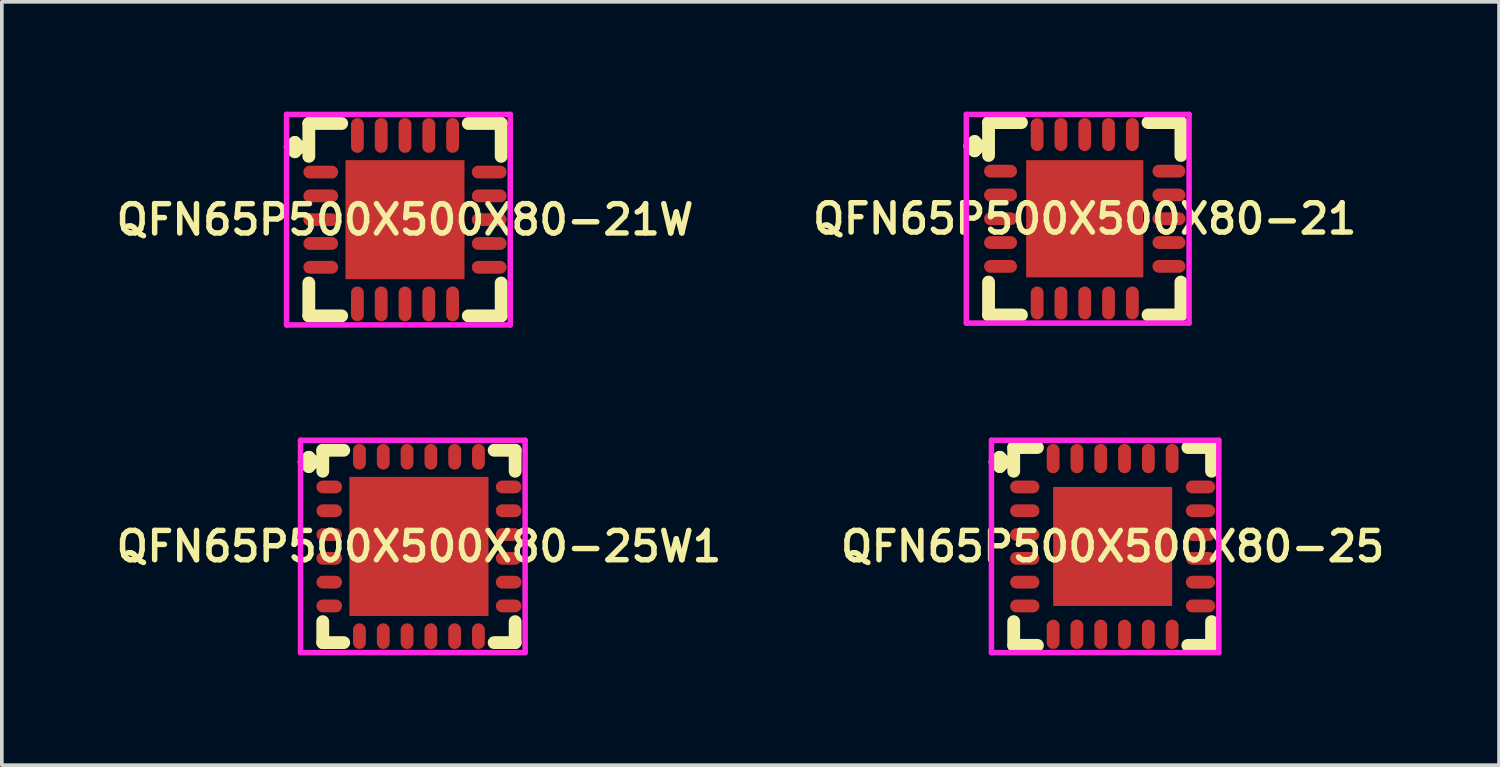
<source format=kicad_pcb>
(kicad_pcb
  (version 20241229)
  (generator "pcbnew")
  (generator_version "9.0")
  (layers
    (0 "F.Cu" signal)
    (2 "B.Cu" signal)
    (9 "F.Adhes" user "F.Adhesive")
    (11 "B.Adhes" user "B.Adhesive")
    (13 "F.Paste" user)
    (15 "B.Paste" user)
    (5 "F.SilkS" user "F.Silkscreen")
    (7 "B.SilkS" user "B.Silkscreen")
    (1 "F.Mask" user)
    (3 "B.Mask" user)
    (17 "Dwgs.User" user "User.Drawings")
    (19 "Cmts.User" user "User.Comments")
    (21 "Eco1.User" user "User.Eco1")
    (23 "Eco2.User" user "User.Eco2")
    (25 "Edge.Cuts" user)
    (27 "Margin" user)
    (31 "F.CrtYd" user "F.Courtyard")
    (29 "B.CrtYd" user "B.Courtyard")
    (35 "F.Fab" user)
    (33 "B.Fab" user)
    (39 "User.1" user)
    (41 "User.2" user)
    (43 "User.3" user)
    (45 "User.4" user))
  (footprint "QFN65P500X500X80-25"
    (layer "F.Cu")
    (at 27.34 11.875)
    (property "Reference" "QFN65P500X500X80-25" (at 0 0 0) (layer "F.SilkS") (effects (font (size 0.8 0.8) (thickness 0.15))))
    (attr smd)
    (fp_line (start -3.21 -2.308) (end -3.083 -2.435) (stroke (width 0.35) (type solid)) (layer "F.SilkS"))
    (fp_line (start -3.083 -2.435) (end -2.956 -2.308) (stroke (width 0.35) (type solid)) (layer "F.SilkS"))
    (fp_line (start -3.083 -2.181) (end -3.21 -2.308) (stroke (width 0.35) (type solid)) (layer "F.SilkS"))
    (fp_line (start -2.956 -2.308) (end -3.083 -2.181) (stroke (width 0.35) (type solid)) (layer "F.SilkS"))
    (fp_line (start -2.702 -2.702) (end -2.054 -2.702) (stroke (width 0.35) (type solid)) (layer "F.SilkS"))
    (fp_line (start -2.702 -2.054) (end -2.702 -2.702) (stroke (width 0.35) (type solid)) (layer "F.SilkS"))
    (fp_line (start -2.702 2.054) (end -2.702 2.702) (stroke (width 0.35) (type solid)) (layer "F.SilkS"))
    (fp_line (start -2.702 2.702) (end -2.054 2.702) (stroke (width 0.35) (type solid)) (layer "F.SilkS"))
    (fp_line (start 2.054 -2.702) (end 2.702 -2.702) (stroke (width 0.35) (type solid)) (layer "F.SilkS"))
    (fp_line (start 2.054 2.702) (end 2.702 2.702) (stroke (width 0.35) (type solid)) (layer "F.SilkS"))
    (fp_line (start 2.702 -2.702) (end 2.702 -2.054) (stroke (width 0.35) (type solid)) (layer "F.SilkS"))
    (fp_line (start 2.702 2.702) (end 2.702 2.054) (stroke (width 0.35) (type solid)) (layer "F.SilkS"))
    (fp_line (start -3.31 -2.9) (end 2.9 -2.9) (stroke (width 0.15) (type solid)) (layer "F.CrtYd"))
    (fp_line (start -3.31 2.9) (end -3.31 -2.9) (stroke (width 0.15) (type solid)) (layer "F.CrtYd"))
    (fp_line (start 2.9 -2.9) (end 2.9 2.9) (stroke (width 0.15) (type solid)) (layer "F.CrtYd"))
    (fp_line (start 2.9 2.9) (end -3.31 2.9) (stroke (width 0.15) (type solid)) (layer "F.CrtYd"))
    (pad "1" smd oval (at -2.4 -1.625) (size 0.8 0.35) (layers "F.Cu" "F.Mask" "F.Paste"))
    (pad "2" smd oval (at -2.4 -0.975) (size 0.8 0.35) (layers "F.Cu" "F.Mask" "F.Paste"))
    (pad "3" smd oval (at -2.4 -0.325) (size 0.8 0.35) (layers "F.Cu" "F.Mask" "F.Paste"))
    (pad "4" smd oval (at -2.4 0.325) (size 0.8 0.35) (layers "F.Cu" "F.Mask" "F.Paste"))
    (pad "5" smd oval (at -2.4 0.975) (size 0.8 0.35) (layers "F.Cu" "F.Mask" "F.Paste"))
    (pad "6" smd oval (at -2.4 1.625) (size 0.8 0.35) (layers "F.Cu" "F.Mask" "F.Paste"))
    (pad "7" smd oval (at -1.625 2.4) (size 0.35 0.8) (layers "F.Cu" "F.Mask" "F.Paste"))
    (pad "8" smd oval (at -0.975 2.4) (size 0.35 0.8) (layers "F.Cu" "F.Mask" "F.Paste"))
    (pad "9" smd oval (at -0.325 2.4) (size 0.35 0.8) (layers "F.Cu" "F.Mask" "F.Paste"))
    (pad "10" smd oval (at 0.325 2.4) (size 0.35 0.8) (layers "F.Cu" "F.Mask" "F.Paste"))
    (pad "11" smd oval (at 0.975 2.4) (size 0.35 0.8) (layers "F.Cu" "F.Mask" "F.Paste"))
    (pad "12" smd oval (at 1.625 2.4) (size 0.35 0.8) (layers "F.Cu" "F.Mask" "F.Paste"))
    (pad "13" smd oval (at 2.4 1.625) (size 0.8 0.35) (layers "F.Cu" "F.Mask" "F.Paste"))
    (pad "14" smd oval (at 2.4 0.975) (size 0.8 0.35) (layers "F.Cu" "F.Mask" "F.Paste"))
    (pad "15" smd oval (at 2.4 0.325) (size 0.8 0.35) (layers "F.Cu" "F.Mask" "F.Paste"))
    (pad "16" smd oval (at 2.4 -0.325) (size 0.8 0.35) (layers "F.Cu" "F.Mask" "F.Paste"))
    (pad "17" smd oval (at 2.4 -0.975) (size 0.8 0.35) (layers "F.Cu" "F.Mask" "F.Paste"))
    (pad "18" smd oval (at 2.4 -1.625) (size 0.8 0.35) (layers "F.Cu" "F.Mask" "F.Paste"))
    (pad "19" smd oval (at 1.625 -2.4) (size 0.35 0.8) (layers "F.Cu" "F.Mask" "F.Paste"))
    (pad "20" smd oval (at 0.975 -2.4) (size 0.35 0.8) (layers "F.Cu" "F.Mask" "F.Paste"))
    (pad "21" smd oval (at 0.325 -2.4) (size 0.35 0.8) (layers "F.Cu" "F.Mask" "F.Paste"))
    (pad "22" smd oval (at -0.325 -2.4) (size 0.35 0.8) (layers "F.Cu" "F.Mask" "F.Paste"))
    (pad "23" smd oval (at -0.975 -2.4) (size 0.35 0.8) (layers "F.Cu" "F.Mask" "F.Paste"))
    (pad "24" smd oval (at -1.625 -2.4) (size 0.35 0.8) (layers "F.Cu" "F.Mask" "F.Paste"))
    (pad "25" smd rect (at 0 0) (size 3.25 3.25) (layers "F.Cu" "F.Mask" "F.Paste")))
  (footprint "QFN65P500X500X80-21"
    (layer "F.Cu")
    (at 26.578 2.925)
    (property "Reference" "QFN65P500X500X80-21" (at 0 0 0) (layer "F.SilkS") (effects (font (size 0.8 0.8) (thickness 0.15))))
    (attr smd)
    (fp_line (start -3.135 -1.983) (end -3.008 -2.11) (stroke (width 0.35) (type solid)) (layer "F.SilkS"))
    (fp_line (start -3.008 -2.11) (end -2.881 -1.983) (stroke (width 0.35) (type solid)) (layer "F.SilkS"))
    (fp_line (start -3.008 -1.856) (end -3.135 -1.983) (stroke (width 0.35) (type solid)) (layer "F.SilkS"))
    (fp_line (start -2.881 -1.983) (end -3.008 -1.856) (stroke (width 0.35) (type solid)) (layer "F.SilkS"))
    (fp_line (start -2.627 -2.627) (end -1.729 -2.627) (stroke (width 0.35) (type solid)) (layer "F.SilkS"))
    (fp_line (start -2.627 -1.729) (end -2.627 -2.627) (stroke (width 0.35) (type solid)) (layer "F.SilkS"))
    (fp_line (start -2.627 1.729) (end -2.627 2.627) (stroke (width 0.35) (type solid)) (layer "F.SilkS"))
    (fp_line (start -2.627 2.627) (end -1.729 2.627) (stroke (width 0.35) (type solid)) (layer "F.SilkS"))
    (fp_line (start 1.729 -2.627) (end 2.627 -2.627) (stroke (width 0.35) (type solid)) (layer "F.SilkS"))
    (fp_line (start 1.729 2.627) (end 2.627 2.627) (stroke (width 0.35) (type solid)) (layer "F.SilkS"))
    (fp_line (start 2.627 -2.627) (end 2.627 -1.729) (stroke (width 0.35) (type solid)) (layer "F.SilkS"))
    (fp_line (start 2.627 2.627) (end 2.627 1.729) (stroke (width 0.35) (type solid)) (layer "F.SilkS"))
    (fp_line (start -3.235 -2.85) (end 2.85 -2.85) (stroke (width 0.15) (type solid)) (layer "F.CrtYd"))
    (fp_line (start -3.235 2.85) (end -3.235 -2.85) (stroke (width 0.15) (type solid)) (layer "F.CrtYd"))
    (fp_line (start 2.85 -2.85) (end 2.85 2.85) (stroke (width 0.15) (type solid)) (layer "F.CrtYd"))
    (fp_line (start 2.85 2.85) (end -3.235 2.85) (stroke (width 0.15) (type solid)) (layer "F.CrtYd"))
    (pad "1" smd oval (at -2.3 -1.3) (size 0.9 0.35) (layers "F.Cu" "F.Mask" "F.Paste"))
    (pad "2" smd oval (at -2.3 -0.65) (size 0.9 0.35) (layers "F.Cu" "F.Mask" "F.Paste"))
    (pad "3" smd oval (at -2.3 0) (size 0.9 0.35) (layers "F.Cu" "F.Mask" "F.Paste"))
    (pad "4" smd oval (at -2.3 0.65) (size 0.9 0.35) (layers "F.Cu" "F.Mask" "F.Paste"))
    (pad "5" smd oval (at -2.3 1.3) (size 0.9 0.35) (layers "F.Cu" "F.Mask" "F.Paste"))
    (pad "6" smd oval (at -1.3 2.3) (size 0.35 0.9) (layers "F.Cu" "F.Mask" "F.Paste"))
    (pad "7" smd oval (at -0.65 2.3) (size 0.35 0.9) (layers "F.Cu" "F.Mask" "F.Paste"))
    (pad "8" smd oval (at 0 2.3) (size 0.35 0.9) (layers "F.Cu" "F.Mask" "F.Paste"))
    (pad "9" smd oval (at 0.65 2.3) (size 0.35 0.9) (layers "F.Cu" "F.Mask" "F.Paste"))
    (pad "10" smd oval (at 1.3 2.3) (size 0.35 0.9) (layers "F.Cu" "F.Mask" "F.Paste"))
    (pad "11" smd oval (at 2.3 1.3) (size 0.9 0.35) (layers "F.Cu" "F.Mask" "F.Paste"))
    (pad "12" smd oval (at 2.3 0.65) (size 0.9 0.35) (layers "F.Cu" "F.Mask" "F.Paste"))
    (pad "13" smd oval (at 2.3 0) (size 0.9 0.35) (layers "F.Cu" "F.Mask" "F.Paste"))
    (pad "14" smd oval (at 2.3 -0.65) (size 0.9 0.35) (layers "F.Cu" "F.Mask" "F.Paste"))
    (pad "15" smd oval (at 2.3 -1.3) (size 0.9 0.35) (layers "F.Cu" "F.Mask" "F.Paste"))
    (pad "16" smd oval (at 1.3 -2.3) (size 0.35 0.9) (layers "F.Cu" "F.Mask" "F.Paste"))
    (pad "17" smd oval (at 0.65 -2.3) (size 0.35 0.9) (layers "F.Cu" "F.Mask" "F.Paste"))
    (pad "18" smd oval (at 0 -2.3) (size 0.35 0.9) (layers "F.Cu" "F.Mask" "F.Paste"))
    (pad "19" smd oval (at -0.65 -2.3) (size 0.35 0.9) (layers "F.Cu" "F.Mask" "F.Paste"))
    (pad "20" smd oval (at -1.3 -2.3) (size 0.35 0.9) (layers "F.Cu" "F.Mask" "F.Paste"))
    (pad "21" smd rect (at 0 0) (size 3.2 3.2) (layers "F.Cu" "F.Mask" "F.Paste")))
  (footprint "QFN65P500X500X80-25W1"
    (layer "F.Cu")
    (at 8.393 11.875)
    (property "Reference" "QFN65P500X500X80-25W1" (at 0 0 0) (layer "F.SilkS") (effects (font (size 0.8 0.8) (thickness 0.15))))
    (attr smd)
    (fp_line (start -3.135 -2.308) (end -3.008 -2.435) (stroke (width 0.35) (type solid)) (layer "F.SilkS"))
    (fp_line (start -3.008 -2.435) (end -2.881 -2.308) (stroke (width 0.35) (type solid)) (layer "F.SilkS"))
    (fp_line (start -3.008 -2.181) (end -3.135 -2.308) (stroke (width 0.35) (type solid)) (layer "F.SilkS"))
    (fp_line (start -2.881 -2.308) (end -3.008 -2.181) (stroke (width 0.35) (type solid)) (layer "F.SilkS"))
    (fp_line (start -2.627 -2.627) (end -2.054 -2.627) (stroke (width 0.35) (type solid)) (layer "F.SilkS"))
    (fp_line (start -2.627 -2.054) (end -2.627 -2.627) (stroke (width 0.35) (type solid)) (layer "F.SilkS"))
    (fp_line (start -2.627 2.054) (end -2.627 2.627) (stroke (width 0.35) (type solid)) (layer "F.SilkS"))
    (fp_line (start -2.627 2.627) (end -2.054 2.627) (stroke (width 0.35) (type solid)) (layer "F.SilkS"))
    (fp_line (start 2.054 -2.627) (end 2.627 -2.627) (stroke (width 0.35) (type solid)) (layer "F.SilkS"))
    (fp_line (start 2.054 2.627) (end 2.627 2.627) (stroke (width 0.35) (type solid)) (layer "F.SilkS"))
    (fp_line (start 2.627 -2.627) (end 2.627 -2.054) (stroke (width 0.35) (type solid)) (layer "F.SilkS"))
    (fp_line (start 2.627 2.627) (end 2.627 2.054) (stroke (width 0.35) (type solid)) (layer "F.SilkS"))
    (fp_line (start -3.235 -2.9) (end 2.9 -2.9) (stroke (width 0.15) (type solid)) (layer "F.CrtYd"))
    (fp_line (start -3.235 2.9) (end -3.235 -2.9) (stroke (width 0.15) (type solid)) (layer "F.CrtYd"))
    (fp_line (start 2.9 -2.9) (end 2.9 2.9) (stroke (width 0.15) (type solid)) (layer "F.CrtYd"))
    (fp_line (start 2.9 2.9) (end -3.235 2.9) (stroke (width 0.15) (type solid)) (layer "F.CrtYd"))
    (pad "1" smd oval (at -2.45 -1.625) (size 0.7 0.35) (layers "F.Cu" "F.Mask" "F.Paste"))
    (pad "2" smd oval (at -2.45 -0.975) (size 0.7 0.35) (layers "F.Cu" "F.Mask" "F.Paste"))
    (pad "3" smd oval (at -2.45 -0.325) (size 0.7 0.35) (layers "F.Cu" "F.Mask" "F.Paste"))
    (pad "4" smd oval (at -2.45 0.325) (size 0.7 0.35) (layers "F.Cu" "F.Mask" "F.Paste"))
    (pad "5" smd oval (at -2.45 0.975) (size 0.7 0.35) (layers "F.Cu" "F.Mask" "F.Paste"))
    (pad "6" smd oval (at -2.45 1.625) (size 0.7 0.35) (layers "F.Cu" "F.Mask" "F.Paste"))
    (pad "7" smd oval (at -1.625 2.45) (size 0.35 0.7) (layers "F.Cu" "F.Mask" "F.Paste"))
    (pad "8" smd oval (at -0.975 2.45) (size 0.35 0.7) (layers "F.Cu" "F.Mask" "F.Paste"))
    (pad "9" smd oval (at -0.325 2.45) (size 0.35 0.7) (layers "F.Cu" "F.Mask" "F.Paste"))
    (pad "10" smd oval (at 0.325 2.45) (size 0.35 0.7) (layers "F.Cu" "F.Mask" "F.Paste"))
    (pad "11" smd oval (at 0.975 2.45) (size 0.35 0.7) (layers "F.Cu" "F.Mask" "F.Paste"))
    (pad "12" smd oval (at 1.625 2.45) (size 0.35 0.7) (layers "F.Cu" "F.Mask" "F.Paste"))
    (pad "13" smd oval (at 2.45 1.625) (size 0.7 0.35) (layers "F.Cu" "F.Mask" "F.Paste"))
    (pad "14" smd oval (at 2.45 0.975) (size 0.7 0.35) (layers "F.Cu" "F.Mask" "F.Paste"))
    (pad "15" smd oval (at 2.45 0.325) (size 0.7 0.35) (layers "F.Cu" "F.Mask" "F.Paste"))
    (pad "16" smd oval (at 2.45 -0.325) (size 0.7 0.35) (layers "F.Cu" "F.Mask" "F.Paste"))
    (pad "17" smd oval (at 2.45 -0.975) (size 0.7 0.35) (layers "F.Cu" "F.Mask" "F.Paste"))
    (pad "18" smd oval (at 2.45 -1.625) (size 0.7 0.35) (layers "F.Cu" "F.Mask" "F.Paste"))
    (pad "19" smd oval (at 1.625 -2.45) (size 0.35 0.7) (layers "F.Cu" "F.Mask" "F.Paste"))
    (pad "20" smd oval (at 0.975 -2.45) (size 0.35 0.7) (layers "F.Cu" "F.Mask" "F.Paste"))
    (pad "21" smd oval (at 0.325 -2.45) (size 0.35 0.7) (layers "F.Cu" "F.Mask" "F.Paste"))
    (pad "22" smd oval (at -0.325 -2.45) (size 0.35 0.7) (layers "F.Cu" "F.Mask" "F.Paste"))
    (pad "23" smd oval (at -0.975 -2.45) (size 0.35 0.7) (layers "F.Cu" "F.Mask" "F.Paste"))
    (pad "24" smd oval (at -1.625 -2.45) (size 0.35 0.7) (layers "F.Cu" "F.Mask" "F.Paste"))
    (pad "25" smd rect (at 0 0) (size 3.8 3.8) (layers "F.Cu" "F.Mask" "F.Paste")))
  (footprint "QFN65P500X500X80-21W"
    (layer "F.Cu")
    (at 8.012 2.95)
    (property "Reference" "QFN65P500X500X80-21W" (at 0 0 0) (layer "F.SilkS") (effects (font (size 0.8 0.8) (thickness 0.15))))
    (attr smd)
    (fp_line (start -3.135 -1.983) (end -3.008 -2.11) (stroke (width 0.35) (type solid)) (layer "F.SilkS"))
    (fp_line (start -3.008 -2.11) (end -2.881 -1.983) (stroke (width 0.35) (type solid)) (layer "F.SilkS"))
    (fp_line (start -3.008 -1.856) (end -3.135 -1.983) (stroke (width 0.35) (type solid)) (layer "F.SilkS"))
    (fp_line (start -2.881 -1.983) (end -3.008 -1.856) (stroke (width 0.35) (type solid)) (layer "F.SilkS"))
    (fp_line (start -2.627 -2.627) (end -1.729 -2.627) (stroke (width 0.35) (type solid)) (layer "F.SilkS"))
    (fp_line (start -2.627 -1.729) (end -2.627 -2.627) (stroke (width 0.35) (type solid)) (layer "F.SilkS"))
    (fp_line (start -2.627 1.729) (end -2.627 2.627) (stroke (width 0.35) (type solid)) (layer "F.SilkS"))
    (fp_line (start -2.627 2.627) (end -1.729 2.627) (stroke (width 0.35) (type solid)) (layer "F.SilkS"))
    (fp_line (start 1.729 -2.627) (end 2.627 -2.627) (stroke (width 0.35) (type solid)) (layer "F.SilkS"))
    (fp_line (start 1.729 2.627) (end 2.627 2.627) (stroke (width 0.35) (type solid)) (layer "F.SilkS"))
    (fp_line (start 2.627 -2.627) (end 2.627 -1.729) (stroke (width 0.35) (type solid)) (layer "F.SilkS"))
    (fp_line (start 2.627 2.627) (end 2.627 1.729) (stroke (width 0.35) (type solid)) (layer "F.SilkS"))
    (fp_line (start -3.235 -2.875) (end 2.875 -2.875) (stroke (width 0.15) (type solid)) (layer "F.CrtYd"))
    (fp_line (start -3.235 2.875) (end -3.235 -2.875) (stroke (width 0.15) (type solid)) (layer "F.CrtYd"))
    (fp_line (start 2.875 -2.875) (end 2.875 2.875) (stroke (width 0.15) (type solid)) (layer "F.CrtYd"))
    (fp_line (start 2.875 2.875) (end -3.235 2.875) (stroke (width 0.15) (type solid)) (layer "F.CrtYd"))
    (pad "1" smd oval (at -2.3 -1.3) (size 0.95 0.35) (layers "F.Cu" "F.Mask" "F.Paste"))
    (pad "2" smd oval (at -2.3 -0.65) (size 0.95 0.35) (layers "F.Cu" "F.Mask" "F.Paste"))
    (pad "3" smd oval (at -2.3 0) (size 0.95 0.35) (layers "F.Cu" "F.Mask" "F.Paste"))
    (pad "4" smd oval (at -2.3 0.65) (size 0.95 0.35) (layers "F.Cu" "F.Mask" "F.Paste"))
    (pad "5" smd oval (at -2.3 1.3) (size 0.95 0.35) (layers "F.Cu" "F.Mask" "F.Paste"))
    (pad "6" smd oval (at -1.3 2.3) (size 0.35 0.95) (layers "F.Cu" "F.Mask" "F.Paste"))
    (pad "7" smd oval (at -0.65 2.3) (size 0.35 0.95) (layers "F.Cu" "F.Mask" "F.Paste"))
    (pad "8" smd oval (at 0 2.3) (size 0.35 0.95) (layers "F.Cu" "F.Mask" "F.Paste"))
    (pad "9" smd oval (at 0.65 2.3) (size 0.35 0.95) (layers "F.Cu" "F.Mask" "F.Paste"))
    (pad "10" smd oval (at 1.3 2.3) (size 0.35 0.95) (layers "F.Cu" "F.Mask" "F.Paste"))
    (pad "11" smd oval (at 2.3 1.3) (size 0.95 0.35) (layers "F.Cu" "F.Mask" "F.Paste"))
    (pad "12" smd oval (at 2.3 0.65) (size 0.95 0.35) (layers "F.Cu" "F.Mask" "F.Paste"))
    (pad "13" smd oval (at 2.3 0) (size 0.95 0.35) (layers "F.Cu" "F.Mask" "F.Paste"))
    (pad "14" smd oval (at 2.3 -0.65) (size 0.95 0.35) (layers "F.Cu" "F.Mask" "F.Paste"))
    (pad "15" smd oval (at 2.3 -1.3) (size 0.95 0.35) (layers "F.Cu" "F.Mask" "F.Paste"))
    (pad "16" smd oval (at 1.3 -2.3) (size 0.35 0.95) (layers "F.Cu" "F.Mask" "F.Paste"))
    (pad "17" smd oval (at 0.65 -2.3) (size 0.35 0.95) (layers "F.Cu" "F.Mask" "F.Paste"))
    (pad "18" smd oval (at 0 -2.3) (size 0.35 0.95) (layers "F.Cu" "F.Mask" "F.Paste"))
    (pad "19" smd oval (at -0.65 -2.3) (size 0.35 0.95) (layers "F.Cu" "F.Mask" "F.Paste"))
    (pad "20" smd oval (at -1.3 -2.3) (size 0.35 0.95) (layers "F.Cu" "F.Mask" "F.Paste"))
    (pad "21" smd rect (at 0 0) (size 3.25 3.25) (layers "F.Cu" "F.Mask" "F.Paste")))
  (gr_rect
    (start -3 -3)
    (end 37.894 17.85)
    (stroke (width 0.1) (type default))
    (fill no)
    (layer "Edge.Cuts")))
</source>
